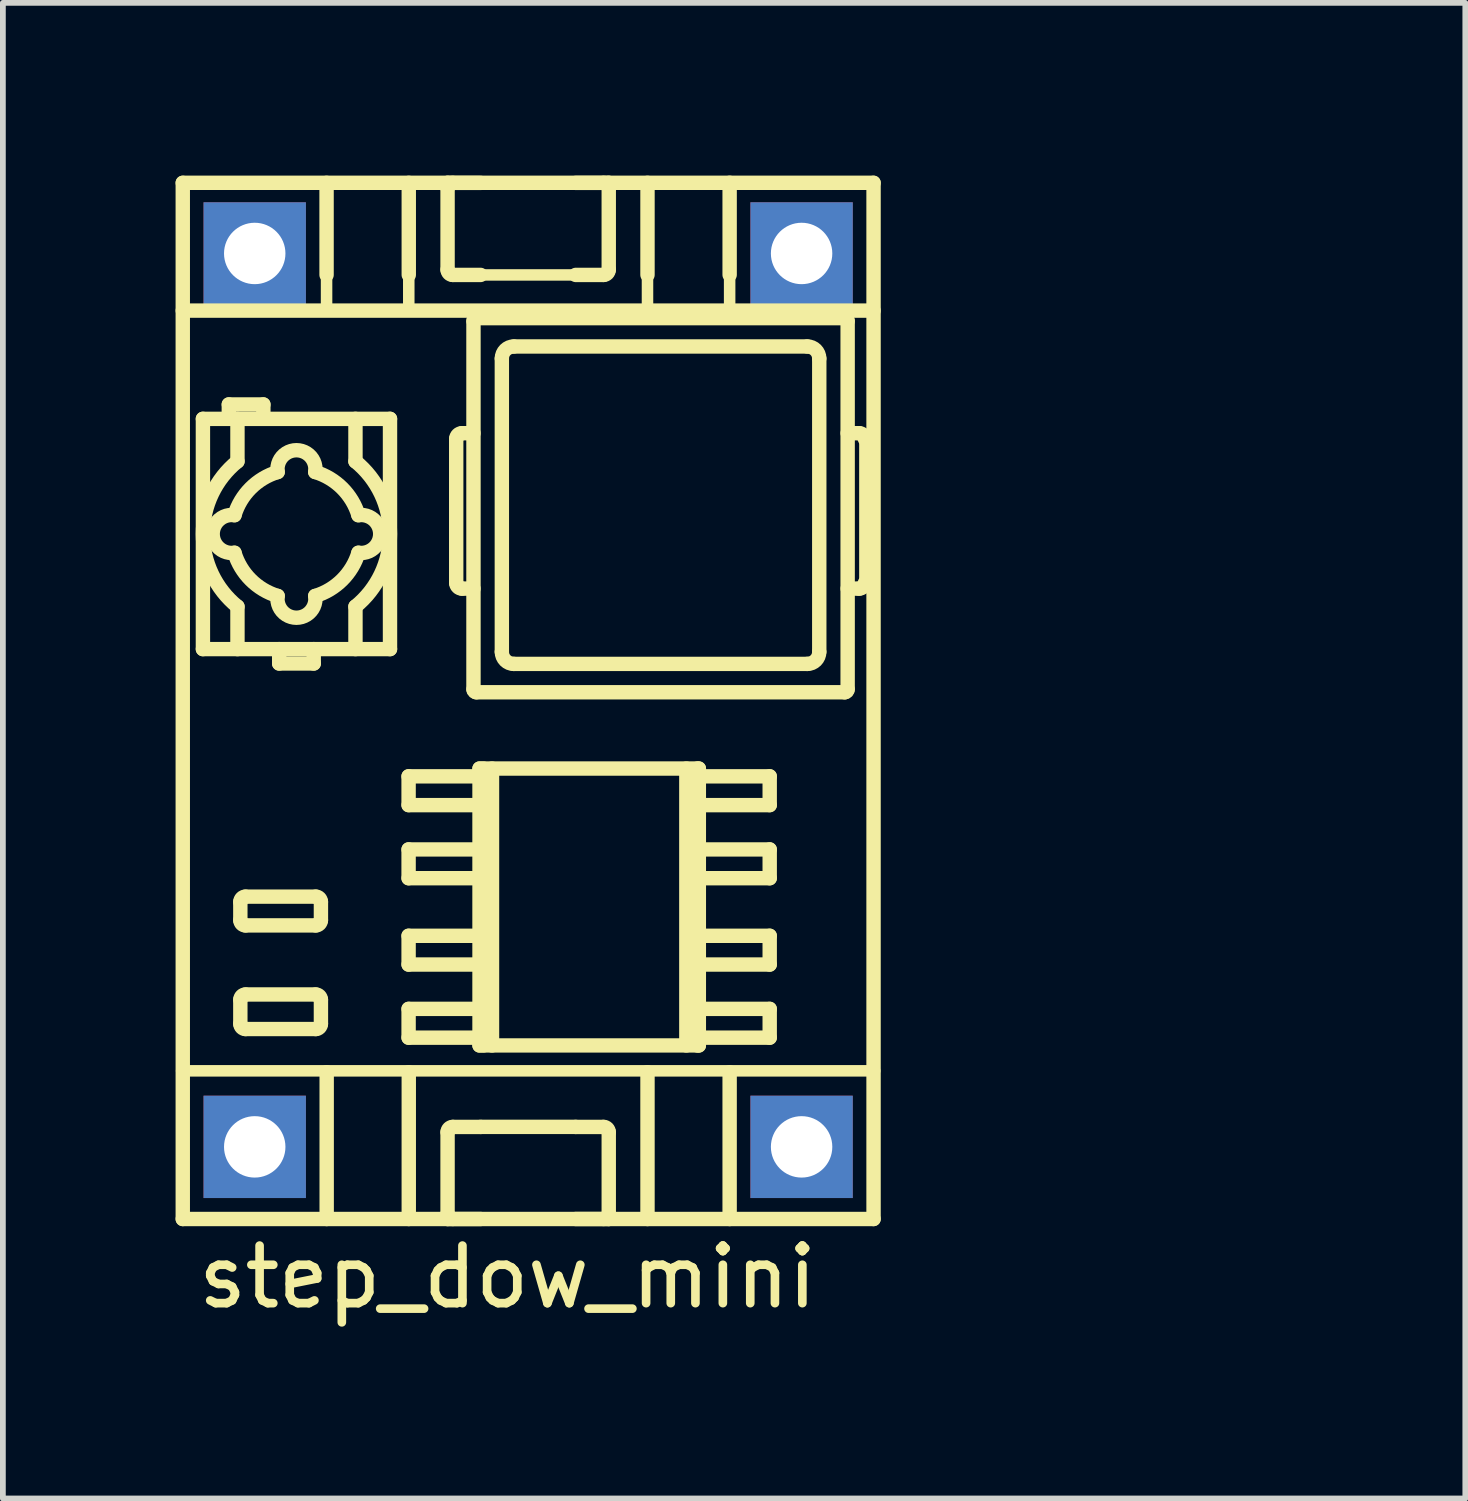
<source format=kicad_pcb>
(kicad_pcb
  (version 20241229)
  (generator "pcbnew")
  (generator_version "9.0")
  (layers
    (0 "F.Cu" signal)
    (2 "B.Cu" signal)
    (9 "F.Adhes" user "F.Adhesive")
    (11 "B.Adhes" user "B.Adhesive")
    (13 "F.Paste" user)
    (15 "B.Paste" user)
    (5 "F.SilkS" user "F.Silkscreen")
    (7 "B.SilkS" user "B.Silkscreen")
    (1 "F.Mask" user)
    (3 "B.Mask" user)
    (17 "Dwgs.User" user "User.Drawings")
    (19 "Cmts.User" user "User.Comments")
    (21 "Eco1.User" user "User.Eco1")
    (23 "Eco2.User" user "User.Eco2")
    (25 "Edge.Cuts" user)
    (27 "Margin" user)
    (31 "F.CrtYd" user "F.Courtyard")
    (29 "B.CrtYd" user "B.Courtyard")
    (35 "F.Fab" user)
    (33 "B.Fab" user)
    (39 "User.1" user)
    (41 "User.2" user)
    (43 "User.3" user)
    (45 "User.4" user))
  (footprint "step_dow_mini"
    (layer "F.Cu")
    (at 19.155 6.992)
    (property "Reference" "step_dow_mini" (at -13.386 12.141 0) (unlocked yes) (layer "F.SilkS") (effects (font (size 1 1) (thickness 0.15))))
    (attr smd)
    (fp_line (start -19.05 8.56) (end -7.01 8.56) (stroke (width 0.2) (type solid)) (layer "F.SilkS"))
    (fp_line (start -19.03 -6.866) (end -19.03 11.134) (stroke (width 0.25) (type solid)) (layer "F.SilkS"))
    (fp_line (start -19.03 -4.646) (end -7.03 -4.646) (stroke (width 0.25) (type solid)) (layer "F.SilkS"))
    (fp_line (start -19.03 11.134) (end -7.03 11.134) (stroke (width 0.25) (type solid)) (layer "F.SilkS"))
    (fp_line (start -18.68 -2.766) (end -18.68 1.234) (stroke (width 0.25) (type solid)) (layer "F.SilkS"))
    (fp_line (start -18.68 1.234) (end -15.43 1.234) (stroke (width 0.25) (type solid)) (layer "F.SilkS"))
    (fp_line (start -18.23 -3.016) (end -18.23 -2.766) (stroke (width 0.25) (type solid)) (layer "F.SilkS"))
    (fp_line (start -18.08 -2.766) (end -18.08 -2.027) (stroke (width 0.25) (type solid)) (layer "F.SilkS"))
    (fp_line (start -18.08 0.495) (end -18.08 1.234) (stroke (width 0.25) (type solid)) (layer "F.SilkS"))
    (fp_line (start -18.03 5.944) (end -18.03 5.624) (stroke (width 0.25) (type solid)) (layer "F.SilkS"))
    (fp_line (start -18.03 7.744) (end -18.03 7.324) (stroke (width 0.25) (type solid)) (layer "F.SilkS"))
    (fp_line (start -17.94 5.534) (end -16.72 5.534) (stroke (width 0.25) (type solid)) (layer "F.SilkS"))
    (fp_line (start -17.94 7.234) (end -16.72 7.234) (stroke (width 0.25) (type solid)) (layer "F.SilkS"))
    (fp_line (start -17.63 -3.016) (end -18.23 -3.016) (stroke (width 0.25) (type solid)) (layer "F.SilkS"))
    (fp_line (start -17.63 -2.766) (end -17.63 -3.016) (stroke (width 0.25) (type solid)) (layer "F.SilkS"))
    (fp_line (start -17.355 1.234) (end -17.355 1.484) (stroke (width 0.25) (type solid)) (layer "F.SilkS"))
    (fp_line (start -17.355 1.484) (end -16.755 1.484) (stroke (width 0.25) (type solid)) (layer "F.SilkS"))
    (fp_line (start -16.755 1.484) (end -16.755 1.234) (stroke (width 0.25) (type solid)) (layer "F.SilkS"))
    (fp_line (start -16.72 6.034) (end -17.94 6.034) (stroke (width 0.25) (type solid)) (layer "F.SilkS"))
    (fp_line (start -16.72 7.834) (end -17.94 7.834) (stroke (width 0.25) (type solid)) (layer "F.SilkS"))
    (fp_line (start -16.63 5.624) (end -16.63 5.944) (stroke (width 0.25) (type solid)) (layer "F.SilkS"))
    (fp_line (start -16.63 7.324) (end -16.63 7.744) (stroke (width 0.25) (type solid)) (layer "F.SilkS"))
    (fp_line (start -16.532 -6.866) (end -16.532 -5.266) (stroke (width 0.25) (type solid)) (layer "F.SilkS"))
    (fp_line (start -16.532 -5.266) (end -16.532 -4.646) (stroke (width 0.2) (type solid)) (layer "F.SilkS"))
    (fp_line (start -16.53 8.585) (end -16.53 11.134) (stroke (width 0.25) (type solid)) (layer "F.SilkS"))
    (fp_line (start -16.03 -2.766) (end -16.03 -2.027) (stroke (width 0.25) (type solid)) (layer "F.SilkS"))
    (fp_line (start -16.03 0.495) (end -16.03 1.234) (stroke (width 0.25) (type solid)) (layer "F.SilkS"))
    (fp_line (start -15.43 -2.766) (end -18.68 -2.766) (stroke (width 0.25) (type solid)) (layer "F.SilkS"))
    (fp_line (start -15.43 1.234) (end -15.43 -2.766) (stroke (width 0.25) (type solid)) (layer "F.SilkS"))
    (fp_line (start -15.107 3.944) (end -15.107 3.444) (stroke (width 0.25) (type solid)) (layer "F.SilkS"))
    (fp_line (start -15.107 5.214) (end -15.107 4.714) (stroke (width 0.25) (type solid)) (layer "F.SilkS"))
    (fp_line (start -15.107 6.714) (end -15.107 6.214) (stroke (width 0.25) (type solid)) (layer "F.SilkS"))
    (fp_line (start -15.107 7.984) (end -15.107 7.484) (stroke (width 0.25) (type solid)) (layer "F.SilkS"))
    (fp_line (start -15.104 -5.266) (end -15.104 -6.866) (stroke (width 0.25) (type solid)) (layer "F.SilkS"))
    (fp_line (start -15.104 -5.266) (end -15.104 -4.646) (stroke (width 0.2) (type solid)) (layer "F.SilkS"))
    (fp_line (start -15.104 11.134) (end -15.104 8.585) (stroke (width 0.25) (type solid)) (layer "F.SilkS"))
    (fp_line (start -14.43 -6.866) (end -14.43 -6.865) (stroke (width 0.25) (type solid)) (layer "F.SilkS"))
    (fp_line (start -14.43 -6.865) (end -13.855 -6.865) (stroke (width 0.25) (type solid)) (layer "F.SilkS"))
    (fp_line (start -14.43 -5.356) (end -14.43 -6.775) (stroke (width 0.25) (type solid)) (layer "F.SilkS"))
    (fp_line (start -14.43 11.044) (end -14.43 9.625) (stroke (width 0.25) (type solid)) (layer "F.SilkS"))
    (fp_line (start -14.43 11.134) (end -14.43 11.134) (stroke (width 0.25) (type solid)) (layer "F.SilkS"))
    (fp_line (start -14.34 9.535) (end -13.855 9.535) (stroke (width 0.25) (type solid)) (layer "F.SilkS"))
    (fp_line (start -14.28 0.083) (end -14.28 -2.417) (stroke (width 0.25) (type solid)) (layer "F.SilkS"))
    (fp_line (start -14.18 -2.517) (end -13.98 -2.517) (stroke (width 0.25) (type solid)) (layer "F.SilkS"))
    (fp_line (start -13.98 0.183) (end -14.18 0.183) (stroke (width 0.25) (type solid)) (layer "F.SilkS"))
    (fp_line (start -13.98 1.934) (end -13.98 -4.466) (stroke (width 0.25) (type solid)) (layer "F.SilkS"))
    (fp_line (start -13.93 -4.516) (end -7.53 -4.516) (stroke (width 0.25) (type solid)) (layer "F.SilkS"))
    (fp_line (start -13.875 3.309) (end -13.875 8.119) (stroke (width 0.25) (type solid)) (layer "F.SilkS"))
    (fp_line (start -13.875 3.444) (end -15.107 3.444) (stroke (width 0.25) (type solid)) (layer "F.SilkS"))
    (fp_line (start -13.875 3.944) (end -15.107 3.944) (stroke (width 0.25) (type solid)) (layer "F.SilkS"))
    (fp_line (start -13.875 4.714) (end -15.107 4.714) (stroke (width 0.25) (type solid)) (layer "F.SilkS"))
    (fp_line (start -13.875 5.214) (end -15.107 5.214) (stroke (width 0.25) (type solid)) (layer "F.SilkS"))
    (fp_line (start -13.875 6.214) (end -15.107 6.214) (stroke (width 0.25) (type solid)) (layer "F.SilkS"))
    (fp_line (start -13.875 6.714) (end -15.107 6.714) (stroke (width 0.25) (type solid)) (layer "F.SilkS"))
    (fp_line (start -13.875 7.484) (end -15.107 7.484) (stroke (width 0.25) (type solid)) (layer "F.SilkS"))
    (fp_line (start -13.875 7.984) (end -15.107 7.984) (stroke (width 0.25) (type solid)) (layer "F.SilkS"))
    (fp_line (start -13.855 -5.266) (end -14.34 -5.266) (stroke (width 0.25) (type solid)) (layer "F.SilkS"))
    (fp_line (start -13.855 -5.266) (end -12.205 -5.266) (stroke (width 0.2) (type solid)) (layer "F.SilkS"))
    (fp_line (start -13.855 9.534) (end -12.205 9.534) (stroke (width 0.25) (type solid)) (layer "F.SilkS"))
    (fp_line (start -13.855 11.134) (end -14.43 11.134) (stroke (width 0.25) (type solid)) (layer "F.SilkS"))
    (fp_line (start -13.807 3.309) (end -13.807 8.119) (stroke (width 0.25) (type solid)) (layer "F.SilkS"))
    (fp_line (start -13.658 3.309) (end -13.658 8.119) (stroke (width 0.25) (type solid)) (layer "F.SilkS"))
    (fp_line (start -13.487 1.284) (end -13.487 -3.816) (stroke (width 0.25) (type solid)) (layer "F.SilkS"))
    (fp_line (start -13.28 -4.023) (end -8.18 -4.023) (stroke (width 0.25) (type solid)) (layer "F.SilkS"))
    (fp_line (start -12.205 -6.865) (end -11.63 -6.865) (stroke (width 0.25) (type solid)) (layer "F.SilkS"))
    (fp_line (start -12.205 9.535) (end -11.72 9.535) (stroke (width 0.25) (type solid)) (layer "F.SilkS"))
    (fp_line (start -11.72 -5.266) (end -12.205 -5.266) (stroke (width 0.25) (type solid)) (layer "F.SilkS"))
    (fp_line (start -11.63 -6.865) (end -11.63 -6.866) (stroke (width 0.25) (type solid)) (layer "F.SilkS"))
    (fp_line (start -11.63 -6.775) (end -11.63 -5.356) (stroke (width 0.25) (type solid)) (layer "F.SilkS"))
    (fp_line (start -11.63 9.625) (end -11.63 11.044) (stroke (width 0.25) (type solid)) (layer "F.SilkS"))
    (fp_line (start -11.63 11.134) (end -12.205 11.134) (stroke (width 0.25) (type solid)) (layer "F.SilkS"))
    (fp_line (start -11.63 11.134) (end -11.63 11.134) (stroke (width 0.25) (type solid)) (layer "F.SilkS"))
    (fp_line (start -10.957 -6.866) (end -10.957 -5.266) (stroke (width 0.25) (type solid)) (layer "F.SilkS"))
    (fp_line (start -10.957 -5.266) (end -10.957 -4.646) (stroke (width 0.2) (type solid)) (layer "F.SilkS"))
    (fp_line (start -10.957 8.585) (end -10.957 11.134) (stroke (width 0.25) (type solid)) (layer "F.SilkS"))
    (fp_line (start -10.282 3.309) (end -10.282 8.119) (stroke (width 0.25) (type solid)) (layer "F.SilkS"))
    (fp_line (start -10.091 3.309) (end -10.091 8.119) (stroke (width 0.25) (type solid)) (layer "F.SilkS"))
    (fp_line (start -10.065 3.309) (end -13.875 3.309) (stroke (width 0.25) (type solid)) (layer "F.SilkS"))
    (fp_line (start -10.065 3.309) (end -10.065 8.119) (stroke (width 0.25) (type solid)) (layer "F.SilkS"))
    (fp_line (start -10.065 3.444) (end -8.834 3.444) (stroke (width 0.25) (type solid)) (layer "F.SilkS"))
    (fp_line (start -10.065 3.944) (end -8.834 3.944) (stroke (width 0.25) (type solid)) (layer "F.SilkS"))
    (fp_line (start -10.065 4.714) (end -8.834 4.714) (stroke (width 0.25) (type solid)) (layer "F.SilkS"))
    (fp_line (start -10.065 5.214) (end -8.834 5.214) (stroke (width 0.25) (type solid)) (layer "F.SilkS"))
    (fp_line (start -10.065 6.214) (end -8.834 6.214) (stroke (width 0.25) (type solid)) (layer "F.SilkS"))
    (fp_line (start -10.065 6.714) (end -8.834 6.714) (stroke (width 0.25) (type solid)) (layer "F.SilkS"))
    (fp_line (start -10.065 7.484) (end -8.834 7.484) (stroke (width 0.25) (type solid)) (layer "F.SilkS"))
    (fp_line (start -10.065 7.984) (end -8.834 7.984) (stroke (width 0.25) (type solid)) (layer "F.SilkS"))
    (fp_line (start -10.065 8.119) (end -13.875 8.119) (stroke (width 0.25) (type solid)) (layer "F.SilkS"))
    (fp_line (start -9.53 -5.267) (end -9.53 -6.867) (stroke (width 0.25) (type solid)) (layer "F.SilkS"))
    (fp_line (start -9.53 -5.267) (end -9.53 -4.646) (stroke (width 0.2) (type solid)) (layer "F.SilkS"))
    (fp_line (start -9.53 11.134) (end -9.53 8.585) (stroke (width 0.25) (type solid)) (layer "F.SilkS"))
    (fp_line (start -8.834 3.444) (end -8.834 3.944) (stroke (width 0.25) (type solid)) (layer "F.SilkS"))
    (fp_line (start -8.834 4.714) (end -8.834 5.214) (stroke (width 0.25) (type solid)) (layer "F.SilkS"))
    (fp_line (start -8.834 6.214) (end -8.834 6.714) (stroke (width 0.25) (type solid)) (layer "F.SilkS"))
    (fp_line (start -8.834 7.484) (end -8.834 7.984) (stroke (width 0.25) (type solid)) (layer "F.SilkS"))
    (fp_line (start -8.18 1.491) (end -13.28 1.491) (stroke (width 0.25) (type solid)) (layer "F.SilkS"))
    (fp_line (start -7.973 -3.816) (end -7.973 1.284) (stroke (width 0.25) (type solid)) (layer "F.SilkS"))
    (fp_line (start -7.53 1.984) (end -13.93 1.984) (stroke (width 0.25) (type solid)) (layer "F.SilkS"))
    (fp_line (start -7.48 -4.466) (end -7.48 1.934) (stroke (width 0.25) (type solid)) (layer "F.SilkS"))
    (fp_line (start -7.48 -2.517) (end -7.28 -2.517) (stroke (width 0.25) (type solid)) (layer "F.SilkS"))
    (fp_line (start -7.48 0.183) (end -7.28 0.183) (stroke (width 0.25) (type solid)) (layer "F.SilkS"))
    (fp_line (start -7.18 0.083) (end -7.18 -2.417) (stroke (width 0.2) (type solid)) (layer "F.SilkS"))
    (fp_line (start -7.03 -6.866) (end -19.03 -6.866) (stroke (width 0.25) (type solid)) (layer "F.SilkS"))
    (fp_line (start -7.03 11.134) (end -7.03 -6.866) (stroke (width 0.25) (type solid)) (layer "F.SilkS"))
    (fp_arc (start -18.1318 -1.092347) (mid -17.850695 -1.561411) (end -17.381632 -1.842516) (stroke (width 0.25) (type solid)) (layer "F.SilkS"))
    (fp_arc (start -18.1318 -0.439485) (mid -18.5102 -0.765916) (end -18.1318 -1.092347) (stroke (width 0.25) (type solid)) (layer "F.SilkS"))
    (fp_arc (start -18.0802 0.495036) (mid -18.6802 -0.765916) (end -18.0802 -2.026868) (stroke (width 0.25) (type solid)) (layer "F.SilkS"))
    (fp_arc (start -18.0302 5.624141) (mid -18.00384 5.560501) (end -17.9402 5.534141) (stroke (width 0.25) (type solid)) (layer "F.SilkS"))
    (fp_arc (start -18.0302 7.324141) (mid -18.00384 7.260501) (end -17.9402 7.234141) (stroke (width 0.25) (type solid)) (layer "F.SilkS"))
    (fp_arc (start -17.9402 6.034084) (mid -18.00384 6.007724) (end -18.0302 5.944084) (stroke (width 0.25) (type solid)) (layer "F.SilkS"))
    (fp_arc (start -17.9402 7.834141) (mid -18.00384 7.807781) (end -18.0302 7.744141) (stroke (width 0.25) (type solid)) (layer "F.SilkS"))
    (fp_arc (start -17.381632 -1.842516) (mid -17.055201 -2.220916) (end -16.728769 -1.842516) (stroke (width 0.25) (type solid)) (layer "F.SilkS"))
    (fp_arc (start -17.381632 0.310684) (mid -17.850695 0.029579) (end -18.1318 -0.439485) (stroke (width 0.25) (type solid)) (layer "F.SilkS"))
    (fp_arc (start -16.728769 -1.842516) (mid -16.259705 -1.561411) (end -15.9786 -1.092347) (stroke (width 0.25) (type solid)) (layer "F.SilkS"))
    (fp_arc (start -16.728769 0.310684) (mid -17.055201 0.689085) (end -17.381632 0.310684) (stroke (width 0.25) (type solid)) (layer "F.SilkS"))
    (fp_arc (start -16.7202 5.534141) (mid -16.65656 5.560501) (end -16.6302 5.624141) (stroke (width 0.25) (type solid)) (layer "F.SilkS"))
    (fp_arc (start -16.7202 7.234141) (mid -16.65656 7.260501) (end -16.6302 7.324141) (stroke (width 0.25) (type solid)) (layer "F.SilkS"))
    (fp_arc (start -16.6302 5.944084) (mid -16.65656 6.007724) (end -16.7202 6.034084) (stroke (width 0.25) (type solid)) (layer "F.SilkS"))
    (fp_arc (start -16.6302 7.744141) (mid -16.656561 7.80778) (end -16.7202 7.834141) (stroke (width 0.25) (type solid)) (layer "F.SilkS"))
    (fp_arc (start -16.0302 -2.026868) (mid -15.4302 -0.765916) (end -16.0302 0.495036) (stroke (width 0.25) (type solid)) (layer "F.SilkS"))
    (fp_arc (start -15.9786 -1.092347) (mid -15.6002 -0.765916) (end -15.9786 -0.439485) (stroke (width 0.25) (type solid)) (layer "F.SilkS"))
    (fp_arc (start -15.9786 -0.439485) (mid -16.259705 0.029579) (end -16.728769 0.310684) (stroke (width 0.25) (type solid)) (layer "F.SilkS"))
    (fp_arc (start -14.4302 -6.775416) (mid -14.40384 -6.839056) (end -14.3402 -6.865416) (stroke (width 0.25) (type solid)) (layer "F.SilkS"))
    (fp_arc (start -14.4302 9.624584) (mid -14.40384 9.560944) (end -14.3402 9.534584) (stroke (width 0.25) (type solid)) (layer "F.SilkS"))
    (fp_arc (start -14.3402 -5.266416) (mid -14.40384 -5.292776) (end -14.4302 -5.356416) (stroke (width 0.25) (type solid)) (layer "F.SilkS"))
    (fp_arc (start -14.3402 11.133584) (mid -14.40384 11.107224) (end -14.4302 11.043584) (stroke (width 0.25) (type solid)) (layer "F.SilkS"))
    (fp_arc (start -14.2802 -2.416694) (mid -14.250911 -2.487405) (end -14.1802 -2.516694) (stroke (width 0.25) (type solid)) (layer "F.SilkS"))
    (fp_arc (start -14.1802 0.183306) (mid -14.25091 0.154016) (end -14.2802 0.083306) (stroke (width 0.25) (type solid)) (layer "F.SilkS"))
    (fp_arc (start -13.9802 -4.465916) (mid -13.965556 -4.501272) (end -13.9302 -4.515916) (stroke (width 0.25) (type solid)) (layer "F.SilkS"))
    (fp_arc (start -13.9302 1.984084) (mid -13.965556 1.96944) (end -13.9802 1.934084) (stroke (width 0.25) (type solid)) (layer "F.SilkS"))
    (fp_arc (start -13.487254 -3.815916) (mid -13.426609 -3.962325) (end -13.2802 -4.022969) (stroke (width 0.25) (type solid)) (layer "F.SilkS"))
    (fp_arc (start -13.2802 1.491137) (mid -13.426609 1.430493) (end -13.487254 1.284084) (stroke (width 0.25) (type solid)) (layer "F.SilkS"))
    (fp_arc (start -11.7202 -6.865416) (mid -11.65656 -6.839056) (end -11.6302 -6.775416) (stroke (width 0.25) (type solid)) (layer "F.SilkS"))
    (fp_arc (start -11.7202 9.534584) (mid -11.65656 9.560944) (end -11.6302 9.624584) (stroke (width 0.25) (type solid)) (layer "F.SilkS"))
    (fp_arc (start -11.6302 -5.356416) (mid -11.656562 -5.292779) (end -11.7202 -5.266416) (stroke (width 0.25) (type solid)) (layer "F.SilkS"))
    (fp_arc (start -11.6302 11.043584) (mid -11.656562 11.107221) (end -11.7202 11.133584) (stroke (width 0.25) (type solid)) (layer "F.SilkS"))
    (fp_arc (start -8.1802 -4.022969) (mid -8.033791 -3.962325) (end -7.973147 -3.815916) (stroke (width 0.25) (type solid)) (layer "F.SilkS"))
    (fp_arc (start -7.973147 1.284084) (mid -8.033809 1.430453) (end -8.1802 1.491137) (stroke (width 0.25) (type solid)) (layer "F.SilkS"))
    (fp_arc (start -7.5302 -4.515916) (mid -7.494839 -4.50128) (end -7.4802 -4.465916) (stroke (width 0.25) (type solid)) (layer "F.SilkS"))
    (fp_arc (start -7.4802 1.934084) (mid -7.494862 1.9694) (end -7.5302 1.984084) (stroke (width 0.25) (type solid)) (layer "F.SilkS"))
    (fp_arc (start -7.2802 -2.516694) (mid -7.209456 -2.487418) (end -7.1802 -2.416694) (stroke (width 0.25) (type solid)) (layer "F.SilkS"))
    (fp_arc (start -7.1802 0.083306) (mid -7.209479 0.154028) (end -7.2802 0.183306) (stroke (width 0.25) (type solid)) (layer "F.SilkS"))
    (pad "1" thru_hole rect (at -17.78 -5.639) (size 1.778 1.778) (drill 1.067) (layers "*.Cu" "*.Mask"))
    (pad "2" thru_hole rect (at -8.28 -5.639) (size 1.778 1.778) (drill 1.067) (layers "*.Cu" "*.Mask"))
    (pad "3" thru_hole rect (at -17.78 9.881) (size 1.778 1.778) (drill 1.067) (layers "*.Cu" "*.Mask"))
    (pad "4" thru_hole rect (at -8.28 9.881) (size 1.778 1.778) (drill 1.067) (layers "*.Cu" "*.Mask")))
  (gr_rect
    (start -3 -3)
    (end 22.405 22.981)
    (stroke (width 0.1) (type default))
    (fill no)
    (layer "Edge.Cuts")))
</source>
